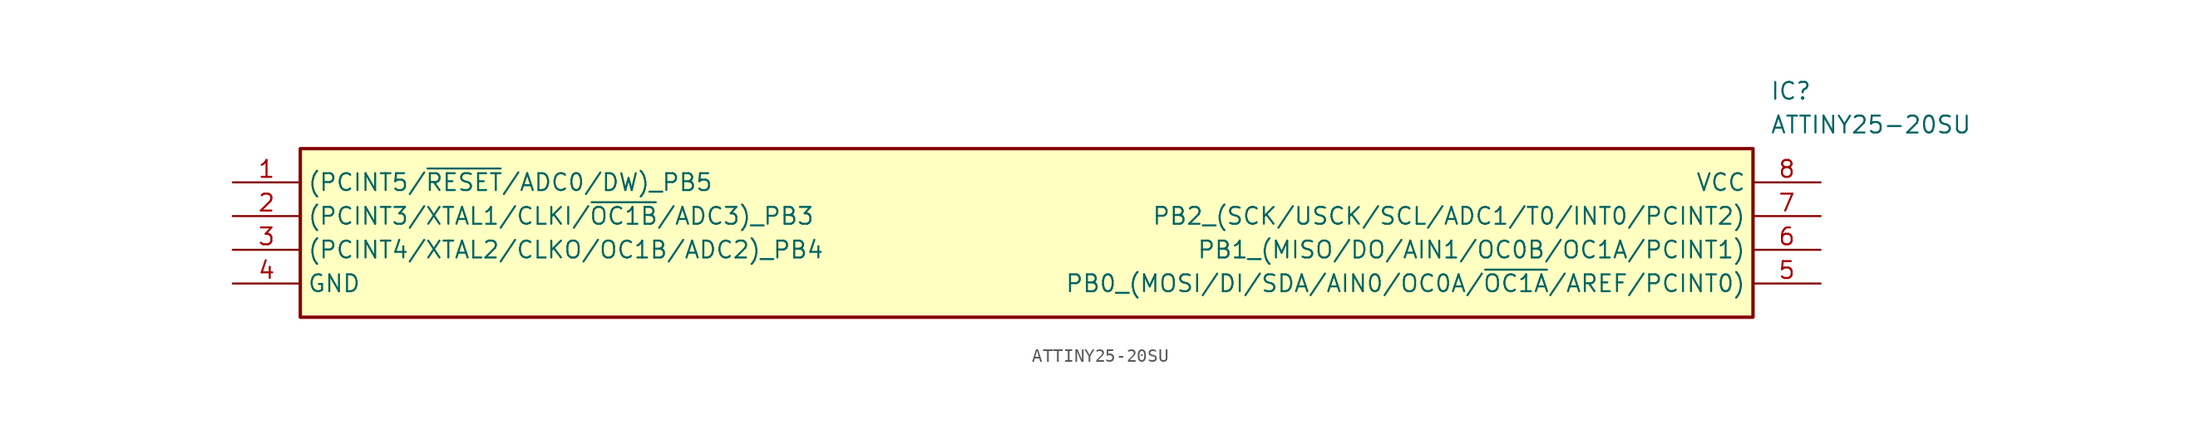
<source format=kicad_sym>
(kicad_symbol_lib
  (version 20211014)
  (generator SamacSys_ECAD_Model)
  (symbol "ATTINY25-20SU"
    (property "Reference" "IC"
      (at 115.57 7.62 0)
      (effects (font (size 1.27 1.27)) (justify left top)))
    (property "Value" "ATTINY25-20SU"
      (at 115.57 5.08 0)
      (effects (font (size 1.27 1.27)) (justify left top)))
    (rectangle
      (start 5.08 2.54)
      (end 114.3 -10.16)
      (stroke (width 0.254) (type default))
      (fill (type background)))
    (pin passive line
      (at 0 0 0)
      (length 5.08)
      (name "(PCINT5/~{RESET}/ADC0/DW)_PB5" (effects (font (size 1.27 1.27))))
      (number "1" (effects (font (size 1.27 1.27)))))
    (pin passive line
      (at 0 -2.54 0)
      (length 5.08)
      (name "(PCINT3/XTAL1/CLKI/~{OC1B}/ADC3)_PB3" (effects (font (size 1.27 1.27))))
      (number "2" (effects (font (size 1.27 1.27)))))
    (pin passive line
      (at 0 -5.08 0)
      (length 5.08)
      (name "(PCINT4/XTAL2/CLKO/OC1B/ADC2)_PB4" (effects (font (size 1.27 1.27))))
      (number "3" (effects (font (size 1.27 1.27)))))
    (pin passive line
      (at 0 -7.62 0)
      (length 5.08)
      (name "GND" (effects (font (size 1.27 1.27))))
      (number "4" (effects (font (size 1.27 1.27)))))
    (pin passive line
      (at 119.38 0 180)
      (length 5.08)
      (name "VCC" (effects (font (size 1.27 1.27))))
      (number "8" (effects (font (size 1.27 1.27)))))
    (pin passive line
      (at 119.38 -2.54 180)
      (length 5.08)
      (name "PB2_(SCK/USCK/SCL/ADC1/T0/INT0/PCINT2)" (effects (font (size 1.27 1.27))))
      (number "7" (effects (font (size 1.27 1.27)))))
    (pin passive line
      (at 119.38 -5.08 180)
      (length 5.08)
      (name "PB1_(MISO/DO/AIN1/OC0B/OC1A/PCINT1)" (effects (font (size 1.27 1.27))))
      (number "6" (effects (font (size 1.27 1.27)))))
    (pin passive line
      (at 119.38 -7.62 180)
      (length 5.08)
      (name "PB0_(MOSI/DI/SDA/AIN0/OC0A/~{OC1A}/AREF/PCINT0)" (effects (font (size 1.27 1.27))))
      (number "5" (effects (font (size 1.27 1.27)))))))
</source>
